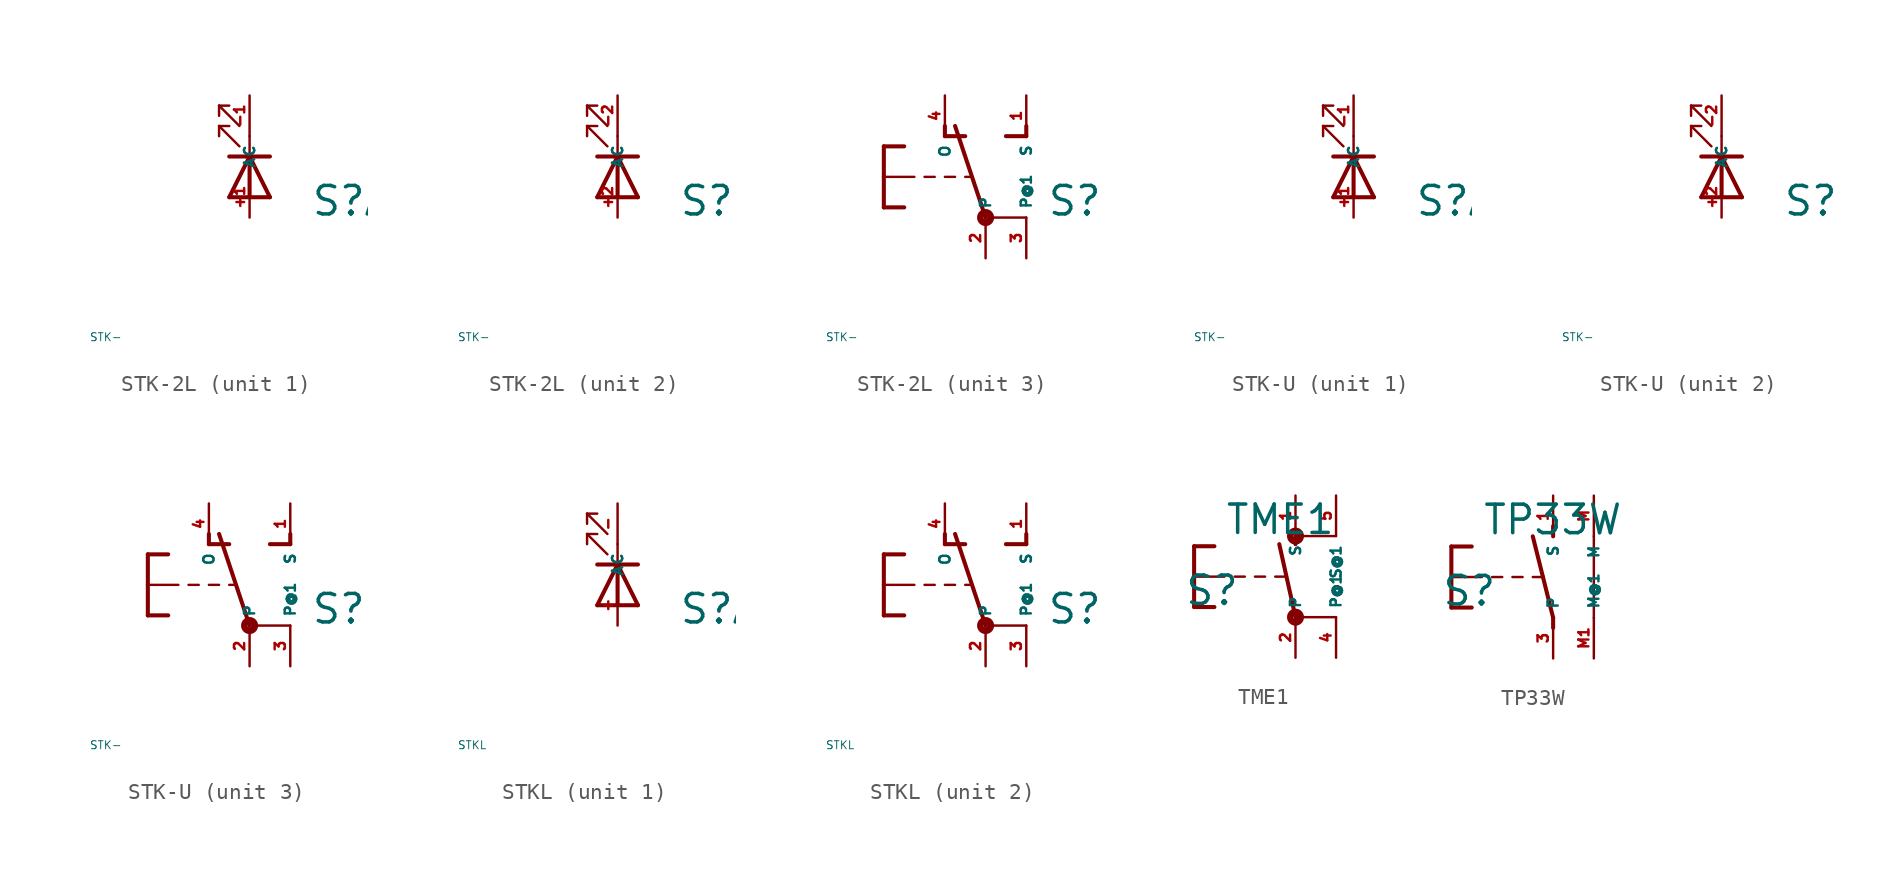
<source format=kicad_sym>
(kicad_symbol_lib
  (version 20220914)
  (generator Eagle2Kicad)
  (symbol "STK-2L"
    (property "Reference" "S"
      (at 3.81 -2.54 0)
      (effects (font (size 1.778 1.778) (thickness 0.22)) (justify left bottom)))
    (property "Value" "STK-"
      (at -10 -10 0)
      (effects (font (size 0.5 0.5) (thickness 0.06)) (justify left)))
    (symbol "STK-2L_1_0"
      (polyline (pts (xy -1.27 -1.27) (xy 0 1.27)) (stroke (width 0.254) (type default)) (fill (type none)))
      (polyline (pts (xy 0 1.27) (xy 0 2.54)) (stroke (width 0.152) (type default)) (fill (type none)))
      (polyline (pts (xy 0 1.27) (xy 1.27 -1.27)) (stroke (width 0.254) (type default)) (fill (type none)))
      (polyline (pts (xy -1.27 1.27) (xy 0 1.27)) (stroke (width 0.254) (type default)) (fill (type none)))
      (polyline (pts (xy 0 1.27) (xy 1.27 1.27)) (stroke (width 0.254) (type default)) (fill (type none)))
      (polyline (pts (xy -0.635 1.905) (xy -1.905 3.175)) (stroke (width 0.152) (type default)) (fill (type none)))
      (polyline (pts (xy -1.905 3.175) (xy -1.905 2.54)) (stroke (width 0.152) (type default)) (fill (type none)))
      (polyline (pts (xy -1.905 3.175) (xy -1.27 3.175)) (stroke (width 0.152) (type default)) (fill (type none)))
      (polyline (pts (xy -0.635 3.175) (xy -1.905 4.445)) (stroke (width 0.152) (type default)) (fill (type none)))
      (polyline (pts (xy -1.905 4.445) (xy -1.905 3.81)) (stroke (width 0.152) (type default)) (fill (type none)))
      (polyline (pts (xy -1.905 4.445) (xy -1.27 4.445)) (stroke (width 0.152) (type default)) (fill (type none)))
      (polyline (pts (xy -1.27 -1.27) (xy 0 -1.27)) (stroke (width 0.254) (type default)) (fill (type none)))
      (polyline (pts (xy 0 -1.27) (xy 1.27 -1.27)) (stroke (width 0.254) (type default)) (fill (type none)))
      (polyline (pts (xy 0 -1.27) (xy 0 1.27)) (stroke (width 0.254) (type default)) (fill (type none)))
      (pin passive line (at 0 5.08 270) (length 2.54) (name "C" (effects (font (size 0.635 0.635) (thickness 0.08)) (justify left bottom))) (number "-1" (effects (font (size 0.635 0.635) (thickness 0.08)) (justify left bottom))))
      (pin passive line (at 0 -2.54 90) (length 2.54) (name "A" (effects (font (size 0.635 0.635) (thickness 0.08)) (justify left bottom))) (number "+1" (effects (font (size 0.635 0.635) (thickness 0.08)) (justify left bottom)))))
    (symbol "STK-2L_2_0"
      (polyline (pts (xy -1.27 -1.27) (xy 0 1.27)) (stroke (width 0.254) (type default)) (fill (type none)))
      (polyline (pts (xy 0 1.27) (xy 0 2.54)) (stroke (width 0.152) (type default)) (fill (type none)))
      (polyline (pts (xy 0 1.27) (xy 1.27 -1.27)) (stroke (width 0.254) (type default)) (fill (type none)))
      (polyline (pts (xy -1.27 1.27) (xy 0 1.27)) (stroke (width 0.254) (type default)) (fill (type none)))
      (polyline (pts (xy 0 1.27) (xy 1.27 1.27)) (stroke (width 0.254) (type default)) (fill (type none)))
      (polyline (pts (xy -0.635 1.905) (xy -1.905 3.175)) (stroke (width 0.152) (type default)) (fill (type none)))
      (polyline (pts (xy -1.905 3.175) (xy -1.905 2.54)) (stroke (width 0.152) (type default)) (fill (type none)))
      (polyline (pts (xy -1.905 3.175) (xy -1.27 3.175)) (stroke (width 0.152) (type default)) (fill (type none)))
      (polyline (pts (xy -0.635 3.175) (xy -1.905 4.445)) (stroke (width 0.152) (type default)) (fill (type none)))
      (polyline (pts (xy -1.905 4.445) (xy -1.905 3.81)) (stroke (width 0.152) (type default)) (fill (type none)))
      (polyline (pts (xy -1.905 4.445) (xy -1.27 4.445)) (stroke (width 0.152) (type default)) (fill (type none)))
      (polyline (pts (xy -1.27 -1.27) (xy 0 -1.27)) (stroke (width 0.254) (type default)) (fill (type none)))
      (polyline (pts (xy 0 -1.27) (xy 1.27 -1.27)) (stroke (width 0.254) (type default)) (fill (type none)))
      (polyline (pts (xy 0 -1.27) (xy 0 1.27)) (stroke (width 0.254) (type default)) (fill (type none)))
      (pin passive line (at 0 5.08 270) (length 2.54) (name "C" (effects (font (size 0.635 0.635) (thickness 0.08)) (justify left bottom))) (number "-2" (effects (font (size 0.635 0.635) (thickness 0.08)) (justify left bottom))))
      (pin passive line (at 0 -2.54 90) (length 2.54) (name "A" (effects (font (size 0.635 0.635) (thickness 0.08)) (justify left bottom))) (number "+2" (effects (font (size 0.635 0.635) (thickness 0.08)) (justify left bottom)))))
    (symbol "STK-2L_3_0"
      (polyline (pts (xy 0 -2.54) (xy -1.905 3.175)) (stroke (width 0.254) (type default)) (fill (type none)))
      (polyline (pts (xy 1.27 2.54) (xy 2.54 2.54)) (stroke (width 0.254) (type default)) (fill (type none)))
      (polyline (pts (xy 2.54 2.54) (xy 2.54 3.175)) (stroke (width 0.254) (type default)) (fill (type none)))
      (polyline (pts (xy -2.54 2.54) (xy -1.27 2.54)) (stroke (width 0.254) (type default)) (fill (type none)))
      (polyline (pts (xy -2.54 2.54) (xy -2.54 3.175)) (stroke (width 0.254) (type default)) (fill (type none)))
      (polyline (pts (xy -0.889 0) (xy -1.27 0)) (stroke (width 0.152) (type default)) (fill (type none)))
      (polyline (pts (xy -1.905 0) (xy -2.54 0)) (stroke (width 0.152) (type default)) (fill (type none)))
      (polyline (pts (xy -3.175 0) (xy -3.81 0)) (stroke (width 0.152) (type default)) (fill (type none)))
      (polyline (pts (xy -6.35 1.905) (xy -5.08 1.905)) (stroke (width 0.254) (type default)) (fill (type none)))
      (polyline (pts (xy -6.35 1.905) (xy -6.35 0)) (stroke (width 0.254) (type default)) (fill (type none)))
      (polyline (pts (xy -6.35 -1.905) (xy -5.08 -1.905)) (stroke (width 0.254) (type default)) (fill (type none)))
      (polyline (pts (xy -6.35 0) (xy -4.445 0)) (stroke (width 0.152) (type default)) (fill (type none)))
      (polyline (pts (xy -6.35 0) (xy -6.35 -1.905)) (stroke (width 0.254) (type default)) (fill (type none)))
      (polyline (pts (xy 2.54 -2.54) (xy 0 -2.54)) (stroke (width 0.152) (type default)) (fill (type none)))
      (circle (center 0 -2.54) (radius 0.127) (stroke (width 0.406) (type default)) (fill (type none)))
      (pin passive line (at 0 -5.08 90) (length 2.54) (name "P" (effects (font (size 0.635 0.635) (thickness 0.08)) (justify left bottom))) (number "2" (effects (font (size 0.635 0.635) (thickness 0.08)) (justify left bottom))))
      (pin passive line (at 2.54 5.08 270) (length 2.54) (name "S" (effects (font (size 0.635 0.635) (thickness 0.08)) (justify left bottom))) (number "1" (effects (font (size 0.635 0.635) (thickness 0.08)) (justify left bottom))))
      (pin passive line (at -2.54 5.08 270) (length 2.54) (name "O" (effects (font (size 0.635 0.635) (thickness 0.08)) (justify left bottom))) (number "4" (effects (font (size 0.635 0.635) (thickness 0.08)) (justify left bottom))))
      (pin passive line (at 2.54 -5.08 90) (length 2.54) (name "P@1" (effects (font (size 0.635 0.635) (thickness 0.08)) (justify left bottom))) (number "3" (effects (font (size 0.635 0.635) (thickness 0.08)) (justify left bottom))))))
  (symbol "STK-U"
    (property "Reference" "S"
      (at 3.81 -2.54 0)
      (effects (font (size 1.778 1.778) (thickness 0.22)) (justify left bottom)))
    (property "Value" "STK-"
      (at -10 -10 0)
      (effects (font (size 0.5 0.5) (thickness 0.06)) (justify left)))
    (symbol "STK-U_1_0"
      (polyline (pts (xy -1.27 -1.27) (xy 0 1.27)) (stroke (width 0.254) (type default)) (fill (type none)))
      (polyline (pts (xy 0 1.27) (xy 0 2.54)) (stroke (width 0.152) (type default)) (fill (type none)))
      (polyline (pts (xy 0 1.27) (xy 1.27 -1.27)) (stroke (width 0.254) (type default)) (fill (type none)))
      (polyline (pts (xy -1.27 1.27) (xy 0 1.27)) (stroke (width 0.254) (type default)) (fill (type none)))
      (polyline (pts (xy 0 1.27) (xy 1.27 1.27)) (stroke (width 0.254) (type default)) (fill (type none)))
      (polyline (pts (xy -0.635 1.905) (xy -1.905 3.175)) (stroke (width 0.152) (type default)) (fill (type none)))
      (polyline (pts (xy -1.905 3.175) (xy -1.905 2.54)) (stroke (width 0.152) (type default)) (fill (type none)))
      (polyline (pts (xy -1.905 3.175) (xy -1.27 3.175)) (stroke (width 0.152) (type default)) (fill (type none)))
      (polyline (pts (xy -0.635 3.175) (xy -1.905 4.445)) (stroke (width 0.152) (type default)) (fill (type none)))
      (polyline (pts (xy -1.905 4.445) (xy -1.905 3.81)) (stroke (width 0.152) (type default)) (fill (type none)))
      (polyline (pts (xy -1.905 4.445) (xy -1.27 4.445)) (stroke (width 0.152) (type default)) (fill (type none)))
      (polyline (pts (xy -1.27 -1.27) (xy 0 -1.27)) (stroke (width 0.254) (type default)) (fill (type none)))
      (polyline (pts (xy 0 -1.27) (xy 1.27 -1.27)) (stroke (width 0.254) (type default)) (fill (type none)))
      (polyline (pts (xy 0 -1.27) (xy 0 1.27)) (stroke (width 0.254) (type default)) (fill (type none)))
      (pin passive line (at 0 5.08 270) (length 2.54) (name "C" (effects (font (size 0.635 0.635) (thickness 0.08)) (justify left bottom))) (number "-1" (effects (font (size 0.635 0.635) (thickness 0.08)) (justify left bottom))))
      (pin passive line (at 0 -2.54 90) (length 2.54) (name "A" (effects (font (size 0.635 0.635) (thickness 0.08)) (justify left bottom))) (number "+1" (effects (font (size 0.635 0.635) (thickness 0.08)) (justify left bottom)))))
    (symbol "STK-U_2_0"
      (polyline (pts (xy -1.27 -1.27) (xy 0 1.27)) (stroke (width 0.254) (type default)) (fill (type none)))
      (polyline (pts (xy 0 1.27) (xy 0 2.54)) (stroke (width 0.152) (type default)) (fill (type none)))
      (polyline (pts (xy 0 1.27) (xy 1.27 -1.27)) (stroke (width 0.254) (type default)) (fill (type none)))
      (polyline (pts (xy -1.27 1.27) (xy 0 1.27)) (stroke (width 0.254) (type default)) (fill (type none)))
      (polyline (pts (xy 0 1.27) (xy 1.27 1.27)) (stroke (width 0.254) (type default)) (fill (type none)))
      (polyline (pts (xy -0.635 1.905) (xy -1.905 3.175)) (stroke (width 0.152) (type default)) (fill (type none)))
      (polyline (pts (xy -1.905 3.175) (xy -1.905 2.54)) (stroke (width 0.152) (type default)) (fill (type none)))
      (polyline (pts (xy -1.905 3.175) (xy -1.27 3.175)) (stroke (width 0.152) (type default)) (fill (type none)))
      (polyline (pts (xy -0.635 3.175) (xy -1.905 4.445)) (stroke (width 0.152) (type default)) (fill (type none)))
      (polyline (pts (xy -1.905 4.445) (xy -1.905 3.81)) (stroke (width 0.152) (type default)) (fill (type none)))
      (polyline (pts (xy -1.905 4.445) (xy -1.27 4.445)) (stroke (width 0.152) (type default)) (fill (type none)))
      (polyline (pts (xy -1.27 -1.27) (xy 0 -1.27)) (stroke (width 0.254) (type default)) (fill (type none)))
      (polyline (pts (xy 0 -1.27) (xy 1.27 -1.27)) (stroke (width 0.254) (type default)) (fill (type none)))
      (polyline (pts (xy 0 -1.27) (xy 0 1.27)) (stroke (width 0.254) (type default)) (fill (type none)))
      (pin passive line (at 0 5.08 270) (length 2.54) (name "C" (effects (font (size 0.635 0.635) (thickness 0.08)) (justify left bottom))) (number "-2" (effects (font (size 0.635 0.635) (thickness 0.08)) (justify left bottom))))
      (pin passive line (at 0 -2.54 90) (length 2.54) (name "A" (effects (font (size 0.635 0.635) (thickness 0.08)) (justify left bottom))) (number "+2" (effects (font (size 0.635 0.635) (thickness 0.08)) (justify left bottom)))))
    (symbol "STK-U_3_0"
      (polyline (pts (xy 0 -2.54) (xy -1.905 3.175)) (stroke (width 0.254) (type default)) (fill (type none)))
      (polyline (pts (xy 1.27 2.54) (xy 2.54 2.54)) (stroke (width 0.254) (type default)) (fill (type none)))
      (polyline (pts (xy 2.54 2.54) (xy 2.54 3.175)) (stroke (width 0.254) (type default)) (fill (type none)))
      (polyline (pts (xy -2.54 2.54) (xy -1.27 2.54)) (stroke (width 0.254) (type default)) (fill (type none)))
      (polyline (pts (xy -2.54 2.54) (xy -2.54 3.175)) (stroke (width 0.254) (type default)) (fill (type none)))
      (polyline (pts (xy -0.889 0) (xy -1.27 0)) (stroke (width 0.152) (type default)) (fill (type none)))
      (polyline (pts (xy -1.905 0) (xy -2.54 0)) (stroke (width 0.152) (type default)) (fill (type none)))
      (polyline (pts (xy -3.175 0) (xy -3.81 0)) (stroke (width 0.152) (type default)) (fill (type none)))
      (polyline (pts (xy -6.35 1.905) (xy -5.08 1.905)) (stroke (width 0.254) (type default)) (fill (type none)))
      (polyline (pts (xy -6.35 1.905) (xy -6.35 0)) (stroke (width 0.254) (type default)) (fill (type none)))
      (polyline (pts (xy -6.35 -1.905) (xy -5.08 -1.905)) (stroke (width 0.254) (type default)) (fill (type none)))
      (polyline (pts (xy -6.35 0) (xy -4.445 0)) (stroke (width 0.152) (type default)) (fill (type none)))
      (polyline (pts (xy -6.35 0) (xy -6.35 -1.905)) (stroke (width 0.254) (type default)) (fill (type none)))
      (polyline (pts (xy 2.54 -2.54) (xy 0 -2.54)) (stroke (width 0.152) (type default)) (fill (type none)))
      (circle (center 0 -2.54) (radius 0.127) (stroke (width 0.406) (type default)) (fill (type none)))
      (pin passive line (at 0 -5.08 90) (length 2.54) (name "P" (effects (font (size 0.635 0.635) (thickness 0.08)) (justify left bottom))) (number "2" (effects (font (size 0.635 0.635) (thickness 0.08)) (justify left bottom))))
      (pin passive line (at 2.54 5.08 270) (length 2.54) (name "S" (effects (font (size 0.635 0.635) (thickness 0.08)) (justify left bottom))) (number "1" (effects (font (size 0.635 0.635) (thickness 0.08)) (justify left bottom))))
      (pin passive line (at -2.54 5.08 270) (length 2.54) (name "O" (effects (font (size 0.635 0.635) (thickness 0.08)) (justify left bottom))) (number "4" (effects (font (size 0.635 0.635) (thickness 0.08)) (justify left bottom))))
      (pin passive line (at 2.54 -5.08 90) (length 2.54) (name "P@1" (effects (font (size 0.635 0.635) (thickness 0.08)) (justify left bottom))) (number "3" (effects (font (size 0.635 0.635) (thickness 0.08)) (justify left bottom))))))
  (symbol "STKL"
    (property "Reference" "S"
      (at 3.81 -2.54 0)
      (effects (font (size 1.778 1.778) (thickness 0.22)) (justify left bottom)))
    (property "Value" "STKL"
      (at -10 -10 0)
      (effects (font (size 0.5 0.5) (thickness 0.06)) (justify left)))
    (symbol "STKL_1_0"
      (polyline (pts (xy -1.27 -1.27) (xy 0 1.27)) (stroke (width 0.254) (type default)) (fill (type none)))
      (polyline (pts (xy 0 1.27) (xy 0 2.54)) (stroke (width 0.152) (type default)) (fill (type none)))
      (polyline (pts (xy 0 1.27) (xy 1.27 -1.27)) (stroke (width 0.254) (type default)) (fill (type none)))
      (polyline (pts (xy -1.27 1.27) (xy 0 1.27)) (stroke (width 0.254) (type default)) (fill (type none)))
      (polyline (pts (xy 0 1.27) (xy 1.27 1.27)) (stroke (width 0.254) (type default)) (fill (type none)))
      (polyline (pts (xy -0.635 1.905) (xy -1.905 3.175)) (stroke (width 0.152) (type default)) (fill (type none)))
      (polyline (pts (xy -1.905 3.175) (xy -1.905 2.54)) (stroke (width 0.152) (type default)) (fill (type none)))
      (polyline (pts (xy -1.905 3.175) (xy -1.27 3.175)) (stroke (width 0.152) (type default)) (fill (type none)))
      (polyline (pts (xy -0.635 3.175) (xy -1.905 4.445)) (stroke (width 0.152) (type default)) (fill (type none)))
      (polyline (pts (xy -1.905 4.445) (xy -1.905 3.81)) (stroke (width 0.152) (type default)) (fill (type none)))
      (polyline (pts (xy -1.905 4.445) (xy -1.27 4.445)) (stroke (width 0.152) (type default)) (fill (type none)))
      (polyline (pts (xy -1.27 -1.27) (xy 0 -1.27)) (stroke (width 0.254) (type default)) (fill (type none)))
      (polyline (pts (xy 0 -1.27) (xy 1.27 -1.27)) (stroke (width 0.254) (type default)) (fill (type none)))
      (polyline (pts (xy 0 -1.27) (xy 0 1.27)) (stroke (width 0.254) (type default)) (fill (type none)))
      (pin passive line (at 0 5.08 270) (length 2.54) (name "C" (effects (font (size 0.635 0.635) (thickness 0.08)) (justify left bottom))) (number "-" (effects (font (size 0.635 0.635) (thickness 0.08)) (justify left bottom))))
      (pin passive line (at 0 -2.54 90) (length 2.54) (name "A" (effects (font (size 0.635 0.635) (thickness 0.08)) (justify left bottom))) (number "+" (effects (font (size 0.635 0.635) (thickness 0.08)) (justify left bottom)))))
    (symbol "STKL_2_0"
      (polyline (pts (xy 0 -2.54) (xy -1.905 3.175)) (stroke (width 0.254) (type default)) (fill (type none)))
      (polyline (pts (xy 1.27 2.54) (xy 2.54 2.54)) (stroke (width 0.254) (type default)) (fill (type none)))
      (polyline (pts (xy 2.54 2.54) (xy 2.54 3.175)) (stroke (width 0.254) (type default)) (fill (type none)))
      (polyline (pts (xy -2.54 2.54) (xy -1.27 2.54)) (stroke (width 0.254) (type default)) (fill (type none)))
      (polyline (pts (xy -2.54 2.54) (xy -2.54 3.175)) (stroke (width 0.254) (type default)) (fill (type none)))
      (polyline (pts (xy -0.889 0) (xy -1.27 0)) (stroke (width 0.152) (type default)) (fill (type none)))
      (polyline (pts (xy -1.905 0) (xy -2.54 0)) (stroke (width 0.152) (type default)) (fill (type none)))
      (polyline (pts (xy -3.175 0) (xy -3.81 0)) (stroke (width 0.152) (type default)) (fill (type none)))
      (polyline (pts (xy -6.35 1.905) (xy -5.08 1.905)) (stroke (width 0.254) (type default)) (fill (type none)))
      (polyline (pts (xy -6.35 1.905) (xy -6.35 0)) (stroke (width 0.254) (type default)) (fill (type none)))
      (polyline (pts (xy -6.35 -1.905) (xy -5.08 -1.905)) (stroke (width 0.254) (type default)) (fill (type none)))
      (polyline (pts (xy -6.35 0) (xy -4.445 0)) (stroke (width 0.152) (type default)) (fill (type none)))
      (polyline (pts (xy -6.35 0) (xy -6.35 -1.905)) (stroke (width 0.254) (type default)) (fill (type none)))
      (polyline (pts (xy 2.54 -2.54) (xy 0 -2.54)) (stroke (width 0.152) (type default)) (fill (type none)))
      (circle (center 0 -2.54) (radius 0.127) (stroke (width 0.406) (type default)) (fill (type none)))
      (pin passive line (at 0 -5.08 90) (length 2.54) (name "P" (effects (font (size 0.635 0.635) (thickness 0.08)) (justify left bottom))) (number "2" (effects (font (size 0.635 0.635) (thickness 0.08)) (justify left bottom))))
      (pin passive line (at 2.54 5.08 270) (length 2.54) (name "S" (effects (font (size 0.635 0.635) (thickness 0.08)) (justify left bottom))) (number "1" (effects (font (size 0.635 0.635) (thickness 0.08)) (justify left bottom))))
      (pin passive line (at -2.54 5.08 270) (length 2.54) (name "O" (effects (font (size 0.635 0.635) (thickness 0.08)) (justify left bottom))) (number "4" (effects (font (size 0.635 0.635) (thickness 0.08)) (justify left bottom))))
      (pin passive line (at 2.54 -5.08 90) (length 2.54) (name "P@1" (effects (font (size 0.635 0.635) (thickness 0.08)) (justify left bottom))) (number "3" (effects (font (size 0.635 0.635) (thickness 0.08)) (justify left bottom))))))
  (symbol "TME1"
    (property "Reference" "S"
      (at -6.985 -1.905 0)
      (effects (font (size 1.778 1.778) (thickness 0.22)) (justify left bottom)))
    (property "Value" "TME1"
      (at -4.445 2.54 0)
      (effects (font (size 1.778 1.778) (thickness 0.22)) (justify left bottom)))
    (polyline
      (pts (xy 0 2.032) (xy 0 2.54))
      (stroke (width 0.254) (type default))
      (fill (type none)))
    (polyline
      (pts (xy -6.35 1.905) (xy -5.08 1.905))
      (stroke (width 0.254) (type default))
      (fill (type none)))
    (polyline
      (pts (xy -6.35 1.905) (xy -6.35 0))
      (stroke (width 0.254) (type default))
      (fill (type none)))
    (polyline
      (pts (xy -6.35 -1.905) (xy -5.08 -1.905))
      (stroke (width 0.254) (type default))
      (fill (type none)))
    (polyline
      (pts (xy -6.35 0) (xy -4.445 0))
      (stroke (width 0.152) (type default))
      (fill (type none)))
    (polyline
      (pts (xy -6.35 0) (xy -6.35 -1.905))
      (stroke (width 0.254) (type default))
      (fill (type none)))
    (polyline
      (pts (xy -2.54 0) (xy -1.905 0))
      (stroke (width 0.152) (type default))
      (fill (type none)))
    (polyline
      (pts (xy -1.27 0) (xy -0.635 0))
      (stroke (width 0.152) (type default))
      (fill (type none)))
    (polyline
      (pts (xy -3.81 0) (xy -3.175 0))
      (stroke (width 0.152) (type default))
      (fill (type none)))
    (polyline
      (pts (xy 2.54 2.54) (xy 0 2.54))
      (stroke (width 0.152) (type default))
      (fill (type none)))
    (polyline
      (pts (xy 2.54 -2.54) (xy 0 -2.54))
      (stroke (width 0.152) (type default))
      (fill (type none)))
    (polyline
      (pts (xy 0 -2.54) (xy -1.016 2.032))
      (stroke (width 0.254) (type default))
      (fill (type none)))
    (circle
      (center 0 -2.54)
      (radius 0.127)
      (stroke (width 0.406) (type default))
      (fill (type none)))
    (circle
      (center 0 2.54)
      (radius 0.127)
      (stroke (width 0.406) (type default))
      (fill (type none)))
    (pin passive line
      (at 0 5.08 270)
      (length 2.54)
      (name "S" (effects (font (size 0.635 0.635) (thickness 0.08)) (justify left bottom)))
      (number "1" (effects (font (size 0.635 0.635) (thickness 0.08)) (justify left bottom))))
    (pin passive line
      (at 0 -5.08 90)
      (length 2.54)
      (name "P" (effects (font (size 0.635 0.635) (thickness 0.08)) (justify left bottom)))
      (number "2" (effects (font (size 0.635 0.635) (thickness 0.08)) (justify left bottom))))
    (pin passive line
      (at 2.54 -5.08 90)
      (length 2.54)
      (name "P@1" (effects (font (size 0.635 0.635) (thickness 0.08)) (justify left bottom)))
      (number "4" (effects (font (size 0.635 0.635) (thickness 0.08)) (justify left bottom))))
    (pin passive line
      (at 2.54 5.08 270)
      (length 2.54)
      (name "S@1" (effects (font (size 0.635 0.635) (thickness 0.08)) (justify left bottom)))
      (number "5" (effects (font (size 0.635 0.635) (thickness 0.08)) (justify left bottom)))))
  (symbol "TP33W"
    (property "Reference" "S"
      (at -6.985 -1.905 0)
      (effects (font (size 1.778 1.778) (thickness 0.22)) (justify left bottom)))
    (property "Value" "TP33W"
      (at -4.445 2.54 0)
      (effects (font (size 1.778 1.778) (thickness 0.22)) (justify left bottom)))
    (polyline
      (pts (xy 0 -3.175) (xy 0 -2.54))
      (stroke (width 0.254) (type default))
      (fill (type none)))
    (polyline
      (pts (xy 0 2.54) (xy 0 3.175))
      (stroke (width 0.254) (type default))
      (fill (type none)))
    (polyline
      (pts (xy 0 -2.54) (xy -0.635 0))
      (stroke (width 0.254) (type default))
      (fill (type none)))
    (polyline
      (pts (xy -6.35 1.905) (xy -5.08 1.905))
      (stroke (width 0.254) (type default))
      (fill (type none)))
    (polyline
      (pts (xy -6.35 1.905) (xy -6.35 0))
      (stroke (width 0.254) (type default))
      (fill (type none)))
    (polyline
      (pts (xy -6.35 -1.905) (xy -5.08 -1.905))
      (stroke (width 0.254) (type default))
      (fill (type none)))
    (polyline
      (pts (xy -6.35 0) (xy -4.445 0))
      (stroke (width 0.152) (type default))
      (fill (type none)))
    (polyline
      (pts (xy -6.35 0) (xy -6.35 -1.905))
      (stroke (width 0.254) (type default))
      (fill (type none)))
    (polyline
      (pts (xy -2.54 0) (xy -1.905 0))
      (stroke (width 0.152) (type default))
      (fill (type none)))
    (polyline
      (pts (xy -1.27 0) (xy -0.635 0))
      (stroke (width 0.152) (type default))
      (fill (type none)))
    (polyline
      (pts (xy -0.635 0) (xy -1.27 2.54))
      (stroke (width 0.254) (type default))
      (fill (type none)))
    (polyline
      (pts (xy -3.81 0) (xy -3.175 0))
      (stroke (width 0.152) (type default))
      (fill (type none)))
    (polyline
      (pts (xy 2.54 -2.54) (xy 2.54 2.54))
      (stroke (width 0.152) (type default))
      (fill (type none)))
    (pin passive line
      (at 0 -5.08 90)
      (length 2.54)
      (name "P" (effects (font (size 0.635 0.635) (thickness 0.08)) (justify left bottom)))
      (number "3" (effects (font (size 0.635 0.635) (thickness 0.08)) (justify left bottom))))
    (pin passive line
      (at 0 5.08 270)
      (length 2.54)
      (name "S" (effects (font (size 0.635 0.635) (thickness 0.08)) (justify left bottom)))
      (number "1" (effects (font (size 0.635 0.635) (thickness 0.08)) (justify left bottom))))
    (pin passive line
      (at 2.54 5.08 270)
      (length 2.54)
      (name "M" (effects (font (size 0.635 0.635) (thickness 0.08)) (justify left bottom)))
      (number "M" (effects (font (size 0.635 0.635) (thickness 0.08)) (justify left bottom))))
    (pin passive line
      (at 2.54 -5.08 90)
      (length 2.54)
      (name "M@1" (effects (font (size 0.635 0.635) (thickness 0.08)) (justify left bottom)))
      (number "M1" (effects (font (size 0.635 0.635) (thickness 0.08)) (justify left bottom))))))
</source>
